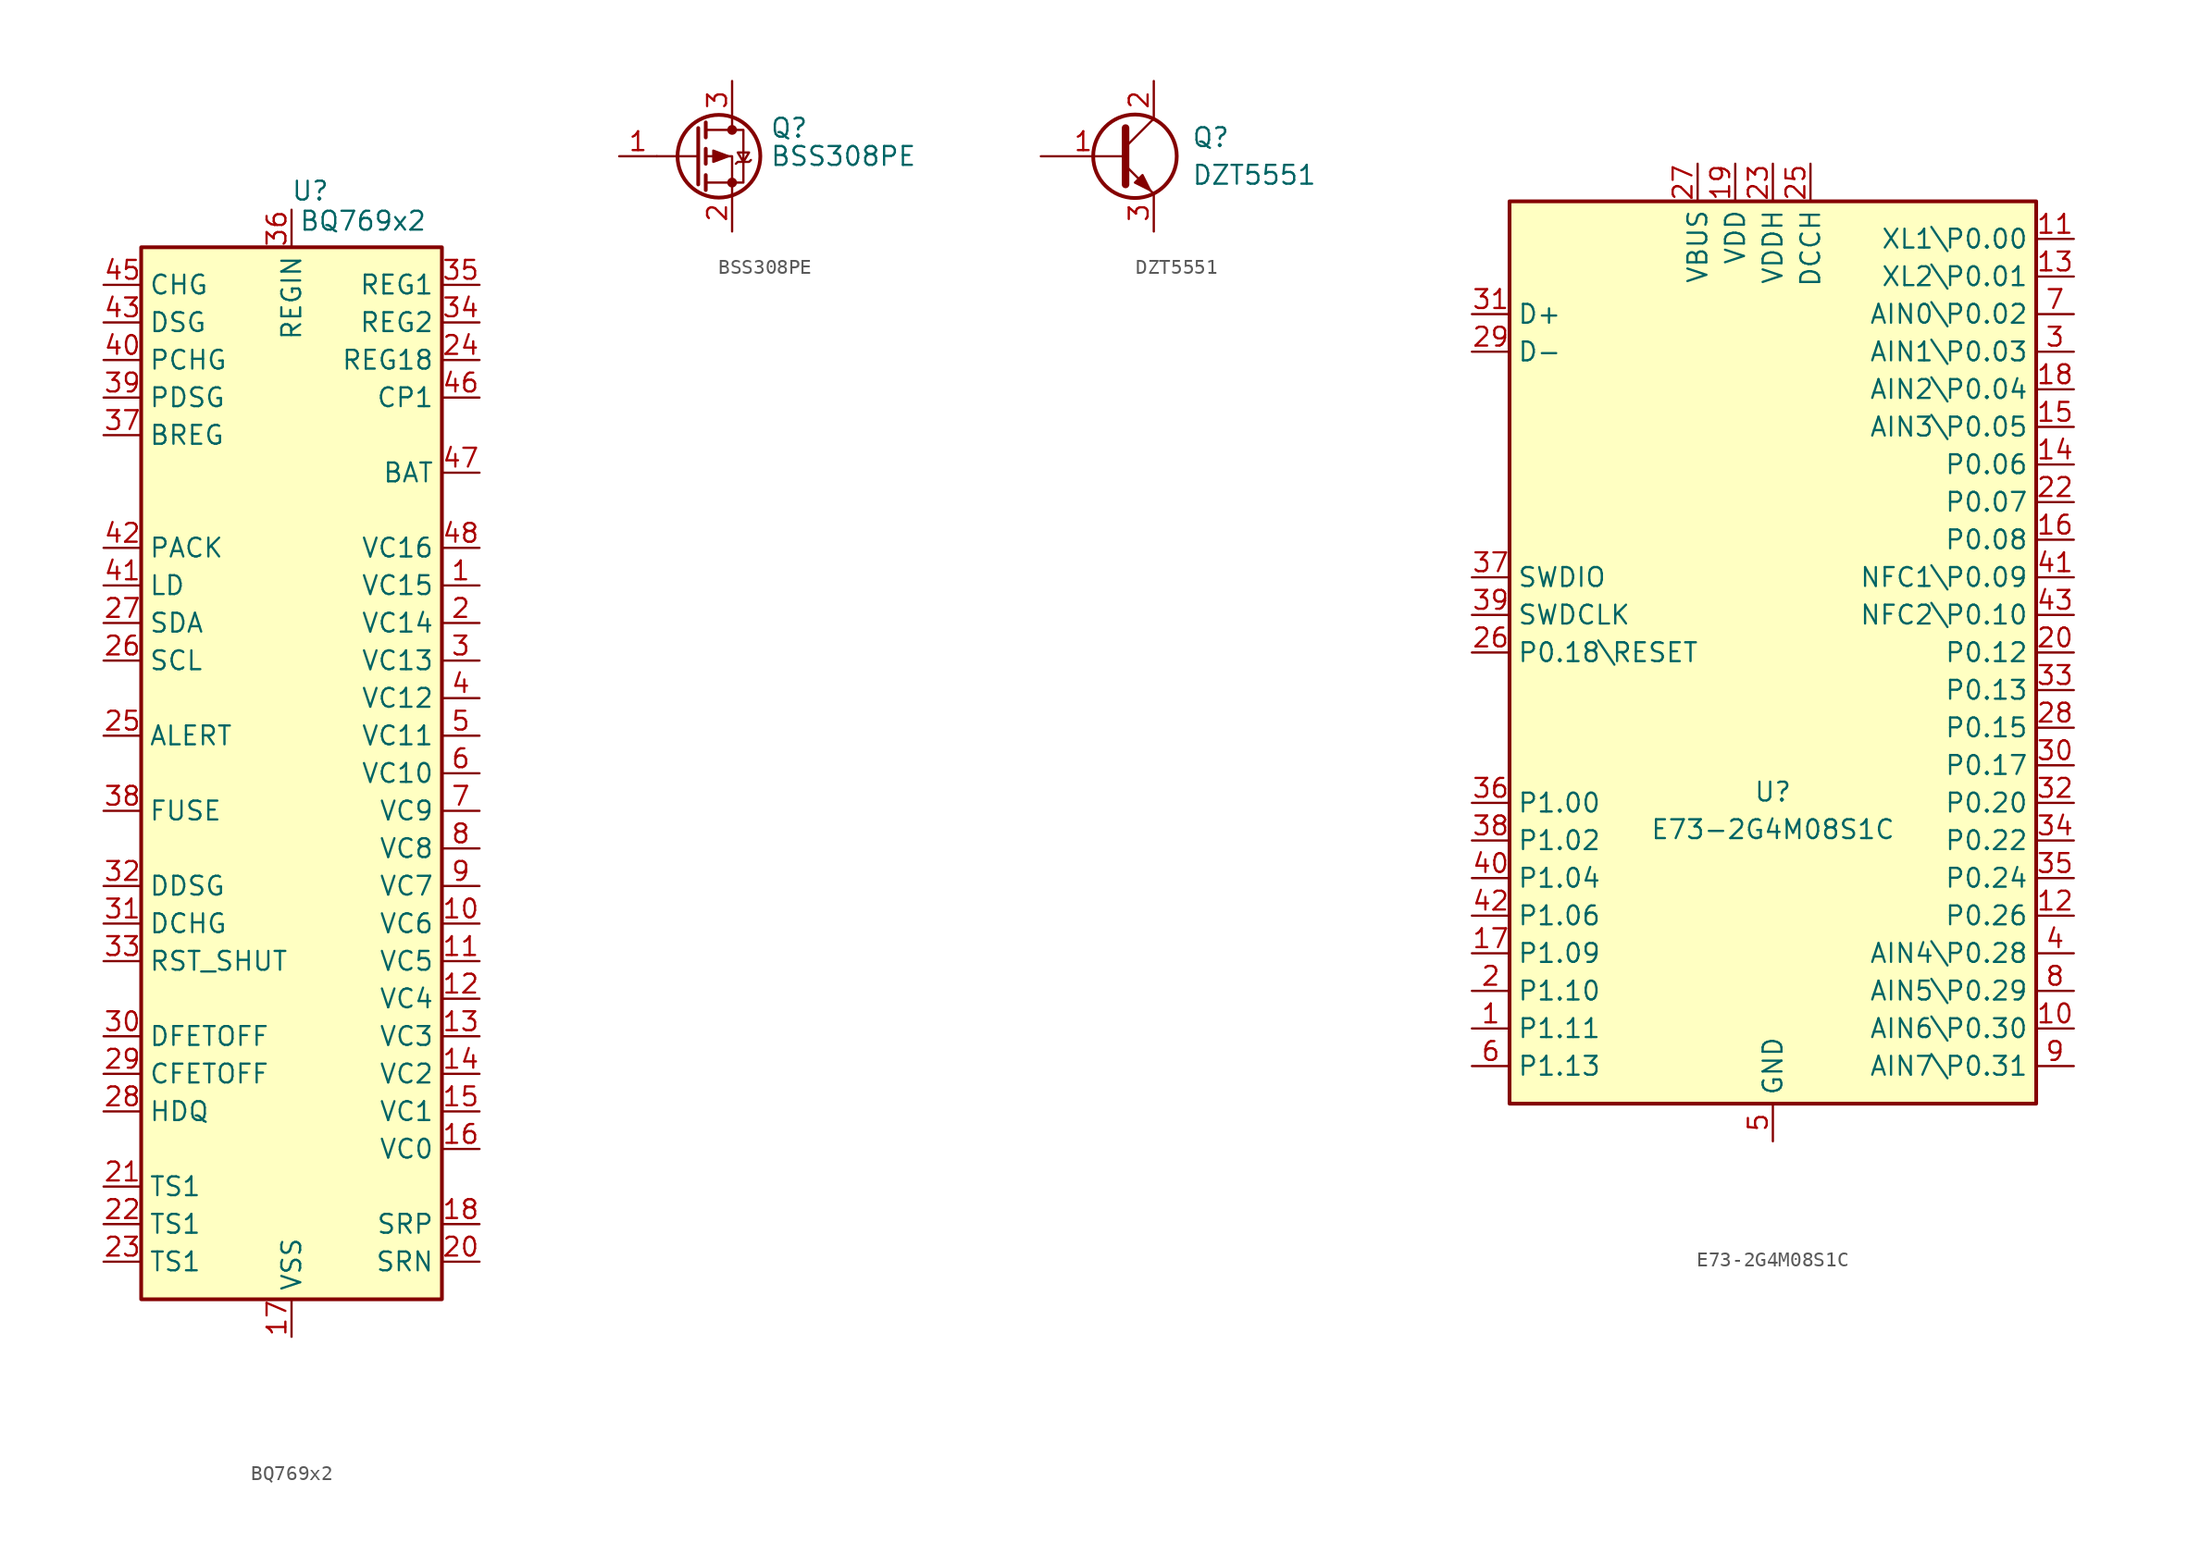
<source format=kicad_sym>
(kicad_symbol_lib
  (version 20231120)
  (generator "kicad_symbol_editor")
  (generator_version "8.0")
  (symbol "BQ769x2"
    (property "Reference" "U"
      (at 1.27 39.37 0)
      (effects (font (size 1.27 1.27))))
    (property "Value" "BQ769x2"
      (at 4.826 37.338 0)
      (effects (font (size 1.27 1.27))))
    (symbol "BQ769x2_1_1"
      (rectangle (start -10.16 35.56) (end 10.16 -35.56) (stroke (width 0.254) (type default)) (fill (type background)))
      (pin input line (at 12.7 12.7 180) (length 2.54) (name "VC15" (effects (font (size 1.27 1.27)))) (number "1" (effects (font (size 1.27 1.27)))))
      (pin input line (at 12.7 -10.16 180) (length 2.54) (name "VC6" (effects (font (size 1.27 1.27)))) (number "10" (effects (font (size 1.27 1.27)))))
      (pin input line (at 12.7 -12.7 180) (length 2.54) (name "VC5" (effects (font (size 1.27 1.27)))) (number "11" (effects (font (size 1.27 1.27)))))
      (pin input line (at 12.7 -15.24 180) (length 2.54) (name "VC4" (effects (font (size 1.27 1.27)))) (number "12" (effects (font (size 1.27 1.27)))))
      (pin input line (at 12.7 -17.78 180) (length 2.54) (name "VC3" (effects (font (size 1.27 1.27)))) (number "13" (effects (font (size 1.27 1.27)))))
      (pin input line (at 12.7 -20.32 180) (length 2.54) (name "VC2" (effects (font (size 1.27 1.27)))) (number "14" (effects (font (size 1.27 1.27)))))
      (pin input line (at 12.7 -22.86 180) (length 2.54) (name "VC1" (effects (font (size 1.27 1.27)))) (number "15" (effects (font (size 1.27 1.27)))))
      (pin input line (at 12.7 -25.4 180) (length 2.54) (name "VC0" (effects (font (size 1.27 1.27)))) (number "16" (effects (font (size 1.27 1.27)))))
      (pin power_in line (at 0 -38.1 90) (length 2.54) (name "VSS" (effects (font (size 1.27 1.27)))) (number "17" (effects (font (size 1.27 1.27)))))
      (pin input line (at 12.7 -30.48 180) (length 2.54) (name "SRP" (effects (font (size 1.27 1.27)))) (number "18" (effects (font (size 1.27 1.27)))))
      (pin no_connect line (at -2.54 -35.56 90) (length 2.54) hide (name "NC" (effects (font (size 1.27 1.27)))) (number "19" (effects (font (size 1.27 1.27)))))
      (pin input line (at 12.7 10.16 180) (length 2.54) (name "VC14" (effects (font (size 1.27 1.27)))) (number "2" (effects (font (size 1.27 1.27)))))
      (pin input line (at 12.7 -33.02 180) (length 2.54) (name "SRN" (effects (font (size 1.27 1.27)))) (number "20" (effects (font (size 1.27 1.27)))))
      (pin input line (at -12.7 -27.94 0) (length 2.54) (name "TS1" (effects (font (size 1.27 1.27)))) (number "21" (effects (font (size 1.27 1.27)))))
      (pin input line (at -12.7 -30.48 0) (length 2.54) (name "TS1" (effects (font (size 1.27 1.27)))) (number "22" (effects (font (size 1.27 1.27)))))
      (pin input line (at -12.7 -33.02 0) (length 2.54) (name "TS1" (effects (font (size 1.27 1.27)))) (number "23" (effects (font (size 1.27 1.27)))))
      (pin power_out line (at 12.7 27.94 180) (length 2.54) (name "REG18" (effects (font (size 1.27 1.27)))) (number "24" (effects (font (size 1.27 1.27)))))
      (pin bidirectional line (at -12.7 2.54 0) (length 2.54) (name "ALERT" (effects (font (size 1.27 1.27)))) (number "25" (effects (font (size 1.27 1.27)))))
      (pin input line (at -12.7 7.62 0) (length 2.54) (name "SCL" (effects (font (size 1.27 1.27)))) (number "26" (effects (font (size 1.27 1.27)))))
      (pin bidirectional line (at -12.7 10.16 0) (length 2.54) (name "SDA" (effects (font (size 1.27 1.27)))) (number "27" (effects (font (size 1.27 1.27)))))
      (pin bidirectional line (at -12.7 -22.86 0) (length 2.54) (name "HDQ" (effects (font (size 1.27 1.27)))) (number "28" (effects (font (size 1.27 1.27)))))
      (pin bidirectional line (at -12.7 -20.32 0) (length 2.54) (name "CFETOFF" (effects (font (size 1.27 1.27)))) (number "29" (effects (font (size 1.27 1.27)))))
      (pin input line (at 12.7 7.62 180) (length 2.54) (name "VC13" (effects (font (size 1.27 1.27)))) (number "3" (effects (font (size 1.27 1.27)))))
      (pin bidirectional line (at -12.7 -17.78 0) (length 2.54) (name "DFETOFF" (effects (font (size 1.27 1.27)))) (number "30" (effects (font (size 1.27 1.27)))))
      (pin bidirectional line (at -12.7 -10.16 0) (length 2.54) (name "DCHG" (effects (font (size 1.27 1.27)))) (number "31" (effects (font (size 1.27 1.27)))))
      (pin bidirectional line (at -12.7 -7.62 0) (length 2.54) (name "DDSG" (effects (font (size 1.27 1.27)))) (number "32" (effects (font (size 1.27 1.27)))))
      (pin input line (at -12.7 -12.7 0) (length 2.54) (name "RST_SHUT" (effects (font (size 1.27 1.27)))) (number "33" (effects (font (size 1.27 1.27)))))
      (pin power_out line (at 12.7 30.48 180) (length 2.54) (name "REG2" (effects (font (size 1.27 1.27)))) (number "34" (effects (font (size 1.27 1.27)))))
      (pin power_out line (at 12.7 33.02 180) (length 2.54) (name "REG1" (effects (font (size 1.27 1.27)))) (number "35" (effects (font (size 1.27 1.27)))))
      (pin power_in line (at 0 38.1 270) (length 2.54) (name "REGIN" (effects (font (size 1.27 1.27)))) (number "36" (effects (font (size 1.27 1.27)))))
      (pin output line (at -12.7 22.86 0) (length 2.54) (name "BREG" (effects (font (size 1.27 1.27)))) (number "37" (effects (font (size 1.27 1.27)))))
      (pin input line (at -12.7 -2.54 0) (length 2.54) (name "FUSE" (effects (font (size 1.27 1.27)))) (number "38" (effects (font (size 1.27 1.27)))))
      (pin output line (at -12.7 25.4 0) (length 2.54) (name "PDSG" (effects (font (size 1.27 1.27)))) (number "39" (effects (font (size 1.27 1.27)))))
      (pin input line (at 12.7 5.08 180) (length 2.54) (name "VC12" (effects (font (size 1.27 1.27)))) (number "4" (effects (font (size 1.27 1.27)))))
      (pin output line (at -12.7 27.94 0) (length 2.54) (name "PCHG" (effects (font (size 1.27 1.27)))) (number "40" (effects (font (size 1.27 1.27)))))
      (pin input line (at -12.7 12.7 0) (length 2.54) (name "LD" (effects (font (size 1.27 1.27)))) (number "41" (effects (font (size 1.27 1.27)))))
      (pin input line (at -12.7 15.24 0) (length 2.54) (name "PACK" (effects (font (size 1.27 1.27)))) (number "42" (effects (font (size 1.27 1.27)))))
      (pin output line (at -12.7 30.48 0) (length 2.54) (name "DSG" (effects (font (size 1.27 1.27)))) (number "43" (effects (font (size 1.27 1.27)))))
      (pin no_connect line (at 2.54 -35.56 90) (length 2.54) hide (name "NC" (effects (font (size 1.27 1.27)))) (number "44" (effects (font (size 1.27 1.27)))))
      (pin output line (at -12.7 33.02 0) (length 2.54) (name "CHG" (effects (font (size 1.27 1.27)))) (number "45" (effects (font (size 1.27 1.27)))))
      (pin power_out line (at 12.7 25.4 180) (length 2.54) (name "CP1" (effects (font (size 1.27 1.27)))) (number "46" (effects (font (size 1.27 1.27)))))
      (pin input line (at 12.7 20.32 180) (length 2.54) (name "BAT" (effects (font (size 1.27 1.27)))) (number "47" (effects (font (size 1.27 1.27)))))
      (pin input line (at 12.7 15.24 180) (length 2.54) (name "VC16" (effects (font (size 1.27 1.27)))) (number "48" (effects (font (size 1.27 1.27)))))
      (pin input line (at 12.7 2.54 180) (length 2.54) (name "VC11" (effects (font (size 1.27 1.27)))) (number "5" (effects (font (size 1.27 1.27)))))
      (pin input line (at 12.7 0 180) (length 2.54) (name "VC10" (effects (font (size 1.27 1.27)))) (number "6" (effects (font (size 1.27 1.27)))))
      (pin input line (at 12.7 -2.54 180) (length 2.54) (name "VC9" (effects (font (size 1.27 1.27)))) (number "7" (effects (font (size 1.27 1.27)))))
      (pin input line (at 12.7 -5.08 180) (length 2.54) (name "VC8" (effects (font (size 1.27 1.27)))) (number "8" (effects (font (size 1.27 1.27)))))
      (pin input line (at 12.7 -7.62 180) (length 2.54) (name "VC7" (effects (font (size 1.27 1.27)))) (number "9" (effects (font (size 1.27 1.27)))))))
  (symbol "BSS308PE"
    (pin_names hide)
    (property "Reference" "Q"
      (at 5.08 1.905 0)
      (effects (font (size 1.27 1.27)) (justify left)))
    (property "Value" "BSS308PE"
      (at 5.08 0 0)
      (effects (font (size 1.27 1.27)) (justify left)))
    (symbol "BSS308PE_0_1"
      (polyline (pts (xy 0.254 0) (xy -2.54 0)) (stroke (width 0) (type default)) (fill (type none)))
      (polyline (pts (xy 0.254 1.905) (xy 0.254 -1.905)) (stroke (width 0.254) (type default)) (fill (type none)))
      (polyline (pts (xy 0.762 -1.27) (xy 0.762 -2.286)) (stroke (width 0.254) (type default)) (fill (type none)))
      (polyline (pts (xy 0.762 0.508) (xy 0.762 -0.508)) (stroke (width 0.254) (type default)) (fill (type none)))
      (polyline (pts (xy 0.762 2.286) (xy 0.762 1.27)) (stroke (width 0.254) (type default)) (fill (type none)))
      (polyline (pts (xy 2.54 2.54) (xy 2.54 1.778)) (stroke (width 0) (type default)) (fill (type none)))
      (polyline (pts (xy 2.54 -2.54) (xy 2.54 0) (xy 0.762 0)) (stroke (width 0) (type default)) (fill (type none)))
      (polyline (pts (xy 0.762 1.778) (xy 3.302 1.778) (xy 3.302 -1.778) (xy 0.762 -1.778)) (stroke (width 0) (type default)) (fill (type none)))
      (polyline (pts (xy 2.286 0) (xy 1.27 0.381) (xy 1.27 -0.381) (xy 2.286 0)) (stroke (width 0) (type default)) (fill (type outline)))
      (polyline (pts (xy 2.794 -0.508) (xy 2.921 -0.381) (xy 3.683 -0.381) (xy 3.81 -0.254)) (stroke (width 0) (type default)) (fill (type none)))
      (polyline (pts (xy 3.302 -0.381) (xy 2.921 0.254) (xy 3.683 0.254) (xy 3.302 -0.381)) (stroke (width 0) (type default)) (fill (type none)))
      (circle (center 1.651 0) (radius 2.794) (stroke (width 0.254) (type default)) (fill (type none)))
      (circle (center 2.54 -1.778) (radius 0.254) (stroke (width 0) (type default)) (fill (type outline)))
      (circle (center 2.54 1.778) (radius 0.254) (stroke (width 0) (type default)) (fill (type outline))))
    (symbol "BSS308PE_1_1"
      (pin input line (at -5.08 0 0) (length 2.54) (name "G" (effects (font (size 1.27 1.27)))) (number "1" (effects (font (size 1.27 1.27)))))
      (pin passive line (at 2.54 -5.08 90) (length 2.54) (name "S" (effects (font (size 1.27 1.27)))) (number "2" (effects (font (size 1.27 1.27)))))
      (pin passive line (at 2.54 5.08 270) (length 2.54) (name "D" (effects (font (size 1.27 1.27)))) (number "3" (effects (font (size 1.27 1.27)))))))
  (symbol "DZT5551"
    (pin_names
      (offset 0) hide)
    (property "Reference" "Q"
      (at 5.08 1.27 0)
      (effects (font (size 1.27 1.27)) (justify left)))
    (property "Value" "DZT5551"
      (at 5.08 -1.27 0)
      (effects (font (size 1.27 1.27)) (justify left)))
    (symbol "DZT5551_0_1"
      (polyline (pts (xy 0.635 0.635) (xy 2.54 2.54)) (stroke (width 0) (type default)) (fill (type none)))
      (polyline (pts (xy 0.635 -0.635) (xy 2.54 -2.54) (xy 2.54 -2.54)) (stroke (width 0) (type default)) (fill (type none)))
      (polyline (pts (xy 0.635 1.905) (xy 0.635 -1.905) (xy 0.635 -1.905)) (stroke (width 0.508) (type default)) (fill (type none)))
      (polyline (pts (xy 1.27 -1.778) (xy 1.778 -1.27) (xy 2.286 -2.286) (xy 1.27 -1.778) (xy 1.27 -1.778)) (stroke (width 0) (type default)) (fill (type outline)))
      (circle (center 1.27 0) (radius 2.819) (stroke (width 0.254) (type default)) (fill (type none))))
    (symbol "DZT5551_1_1"
      (pin input line (at -5.08 0 0) (length 5.715) (name "B" (effects (font (size 1.27 1.27)))) (number "1" (effects (font (size 1.27 1.27)))))
      (pin passive line (at 2.54 5.08 270) (length 2.54) (name "C" (effects (font (size 1.27 1.27)))) (number "2" (effects (font (size 1.27 1.27)))))
      (pin passive line (at 2.54 -5.08 90) (length 2.54) (name "E" (effects (font (size 1.27 1.27)))) (number "3" (effects (font (size 1.27 1.27)))))))
  (symbol "E73-2G4M08S1C"
    (property "Reference" "U"
      (at 0 -10.16 0)
      (effects (font (size 1.27 1.27)) (justify bottom)))
    (property "Value" "E73-2G4M08S1C"
      (at 0 -12.7 0)
      (effects (font (size 1.27 1.27)) (justify bottom)))
    (symbol "E73-2G4M08S1C_0_1"
      (rectangle (start -17.78 30.48) (end 17.78 -30.48) (stroke (width 0.254) (type default)) (fill (type background))))
    (symbol "E73-2G4M08S1C_1_1"
      (pin bidirectional line (at -20.32 -25.4 0) (length 2.54) (name "P1.11" (effects (font (size 1.27 1.27)))) (number "1" (effects (font (size 1.27 1.27)))))
      (pin bidirectional line (at 20.32 -25.4 180) (length 2.54) (name "AIN6\\P0.30" (effects (font (size 1.27 1.27)))) (number "10" (effects (font (size 1.27 1.27)))))
      (pin bidirectional line (at 20.32 27.94 180) (length 2.54) (name "XL1\\P0.00" (effects (font (size 1.27 1.27)))) (number "11" (effects (font (size 1.27 1.27)))))
      (pin bidirectional line (at 20.32 -17.78 180) (length 2.54) (name "P0.26" (effects (font (size 1.27 1.27)))) (number "12" (effects (font (size 1.27 1.27)))))
      (pin bidirectional line (at 20.32 25.4 180) (length 2.54) (name "XL2\\P0.01" (effects (font (size 1.27 1.27)))) (number "13" (effects (font (size 1.27 1.27)))))
      (pin bidirectional line (at 20.32 12.7 180) (length 2.54) (name "P0.06" (effects (font (size 1.27 1.27)))) (number "14" (effects (font (size 1.27 1.27)))))
      (pin bidirectional line (at 20.32 15.24 180) (length 2.54) (name "AIN3\\P0.05" (effects (font (size 1.27 1.27)))) (number "15" (effects (font (size 1.27 1.27)))))
      (pin bidirectional line (at 20.32 7.62 180) (length 2.54) (name "P0.08" (effects (font (size 1.27 1.27)))) (number "16" (effects (font (size 1.27 1.27)))))
      (pin bidirectional line (at -20.32 -20.32 0) (length 2.54) (name "P1.09" (effects (font (size 1.27 1.27)))) (number "17" (effects (font (size 1.27 1.27)))))
      (pin bidirectional line (at 20.32 17.78 180) (length 2.54) (name "AIN2\\P0.04" (effects (font (size 1.27 1.27)))) (number "18" (effects (font (size 1.27 1.27)))))
      (pin power_in line (at -2.54 33.02 270) (length 2.54) (name "VDD" (effects (font (size 1.27 1.27)))) (number "19" (effects (font (size 1.27 1.27)))))
      (pin bidirectional line (at -20.32 -22.86 0) (length 2.54) (name "P1.10" (effects (font (size 1.27 1.27)))) (number "2" (effects (font (size 1.27 1.27)))))
      (pin bidirectional line (at 20.32 0 180) (length 2.54) (name "P0.12" (effects (font (size 1.27 1.27)))) (number "20" (effects (font (size 1.27 1.27)))))
      (pin passive line (at 0 -33.02 90) (length 2.54) hide (name "GND" (effects (font (size 1.27 1.27)))) (number "21" (effects (font (size 1.27 1.27)))))
      (pin bidirectional line (at 20.32 10.16 180) (length 2.54) (name "P0.07" (effects (font (size 1.27 1.27)))) (number "22" (effects (font (size 1.27 1.27)))))
      (pin power_in line (at 0 33.02 270) (length 2.54) (name "VDDH" (effects (font (size 1.27 1.27)))) (number "23" (effects (font (size 1.27 1.27)))))
      (pin passive line (at 0 -33.02 90) (length 2.54) hide (name "GND" (effects (font (size 1.27 1.27)))) (number "24" (effects (font (size 1.27 1.27)))))
      (pin power_out line (at 2.54 33.02 270) (length 2.54) (name "DCCH" (effects (font (size 1.27 1.27)))) (number "25" (effects (font (size 1.27 1.27)))))
      (pin bidirectional line (at -20.32 0 0) (length 2.54) (name "P0.18\\RESET" (effects (font (size 1.27 1.27)))) (number "26" (effects (font (size 1.27 1.27)))))
      (pin power_in line (at -5.08 33.02 270) (length 2.54) (name "VBUS" (effects (font (size 1.27 1.27)))) (number "27" (effects (font (size 1.27 1.27)))))
      (pin bidirectional line (at 20.32 -5.08 180) (length 2.54) (name "P0.15" (effects (font (size 1.27 1.27)))) (number "28" (effects (font (size 1.27 1.27)))))
      (pin bidirectional line (at -20.32 20.32 0) (length 2.54) (name "D-" (effects (font (size 1.27 1.27)))) (number "29" (effects (font (size 1.27 1.27)))))
      (pin bidirectional line (at 20.32 20.32 180) (length 2.54) (name "AIN1\\P0.03" (effects (font (size 1.27 1.27)))) (number "3" (effects (font (size 1.27 1.27)))))
      (pin bidirectional line (at 20.32 -7.62 180) (length 2.54) (name "P0.17" (effects (font (size 1.27 1.27)))) (number "30" (effects (font (size 1.27 1.27)))))
      (pin bidirectional line (at -20.32 22.86 0) (length 2.54) (name "D+" (effects (font (size 1.27 1.27)))) (number "31" (effects (font (size 1.27 1.27)))))
      (pin bidirectional line (at 20.32 -10.16 180) (length 2.54) (name "P0.20" (effects (font (size 1.27 1.27)))) (number "32" (effects (font (size 1.27 1.27)))))
      (pin bidirectional line (at 20.32 -2.54 180) (length 2.54) (name "P0.13" (effects (font (size 1.27 1.27)))) (number "33" (effects (font (size 1.27 1.27)))))
      (pin bidirectional line (at 20.32 -12.7 180) (length 2.54) (name "P0.22" (effects (font (size 1.27 1.27)))) (number "34" (effects (font (size 1.27 1.27)))))
      (pin bidirectional line (at 20.32 -15.24 180) (length 2.54) (name "P0.24" (effects (font (size 1.27 1.27)))) (number "35" (effects (font (size 1.27 1.27)))))
      (pin bidirectional line (at -20.32 -10.16 0) (length 2.54) (name "P1.00" (effects (font (size 1.27 1.27)))) (number "36" (effects (font (size 1.27 1.27)))))
      (pin bidirectional line (at -20.32 5.08 0) (length 2.54) (name "SWDIO" (effects (font (size 1.27 1.27)))) (number "37" (effects (font (size 1.27 1.27)))))
      (pin bidirectional line (at -20.32 -12.7 0) (length 2.54) (name "P1.02" (effects (font (size 1.27 1.27)))) (number "38" (effects (font (size 1.27 1.27)))))
      (pin bidirectional line (at -20.32 2.54 0) (length 2.54) (name "SWDCLK" (effects (font (size 1.27 1.27)))) (number "39" (effects (font (size 1.27 1.27)))))
      (pin bidirectional line (at 20.32 -20.32 180) (length 2.54) (name "AIN4\\P0.28" (effects (font (size 1.27 1.27)))) (number "4" (effects (font (size 1.27 1.27)))))
      (pin bidirectional line (at -20.32 -15.24 0) (length 2.54) (name "P1.04" (effects (font (size 1.27 1.27)))) (number "40" (effects (font (size 1.27 1.27)))))
      (pin bidirectional line (at 20.32 5.08 180) (length 2.54) (name "NFC1\\P0.09" (effects (font (size 1.27 1.27)))) (number "41" (effects (font (size 1.27 1.27)))))
      (pin bidirectional line (at -20.32 -17.78 0) (length 2.54) (name "P1.06" (effects (font (size 1.27 1.27)))) (number "42" (effects (font (size 1.27 1.27)))))
      (pin bidirectional line (at 20.32 2.54 180) (length 2.54) (name "NFC2\\P0.10" (effects (font (size 1.27 1.27)))) (number "43" (effects (font (size 1.27 1.27)))))
      (pin power_in line (at 0 -33.02 90) (length 2.54) (name "GND" (effects (font (size 1.27 1.27)))) (number "5" (effects (font (size 1.27 1.27)))))
      (pin bidirectional line (at -20.32 -27.94 0) (length 2.54) (name "P1.13" (effects (font (size 1.27 1.27)))) (number "6" (effects (font (size 1.27 1.27)))))
      (pin bidirectional line (at 20.32 22.86 180) (length 2.54) (name "AIN0\\P0.02" (effects (font (size 1.27 1.27)))) (number "7" (effects (font (size 1.27 1.27)))))
      (pin bidirectional line (at 20.32 -22.86 180) (length 2.54) (name "AIN5\\P0.29" (effects (font (size 1.27 1.27)))) (number "8" (effects (font (size 1.27 1.27)))))
      (pin bidirectional line (at 20.32 -27.94 180) (length 2.54) (name "AIN7\\P0.31" (effects (font (size 1.27 1.27)))) (number "9" (effects (font (size 1.27 1.27))))))))
</source>
